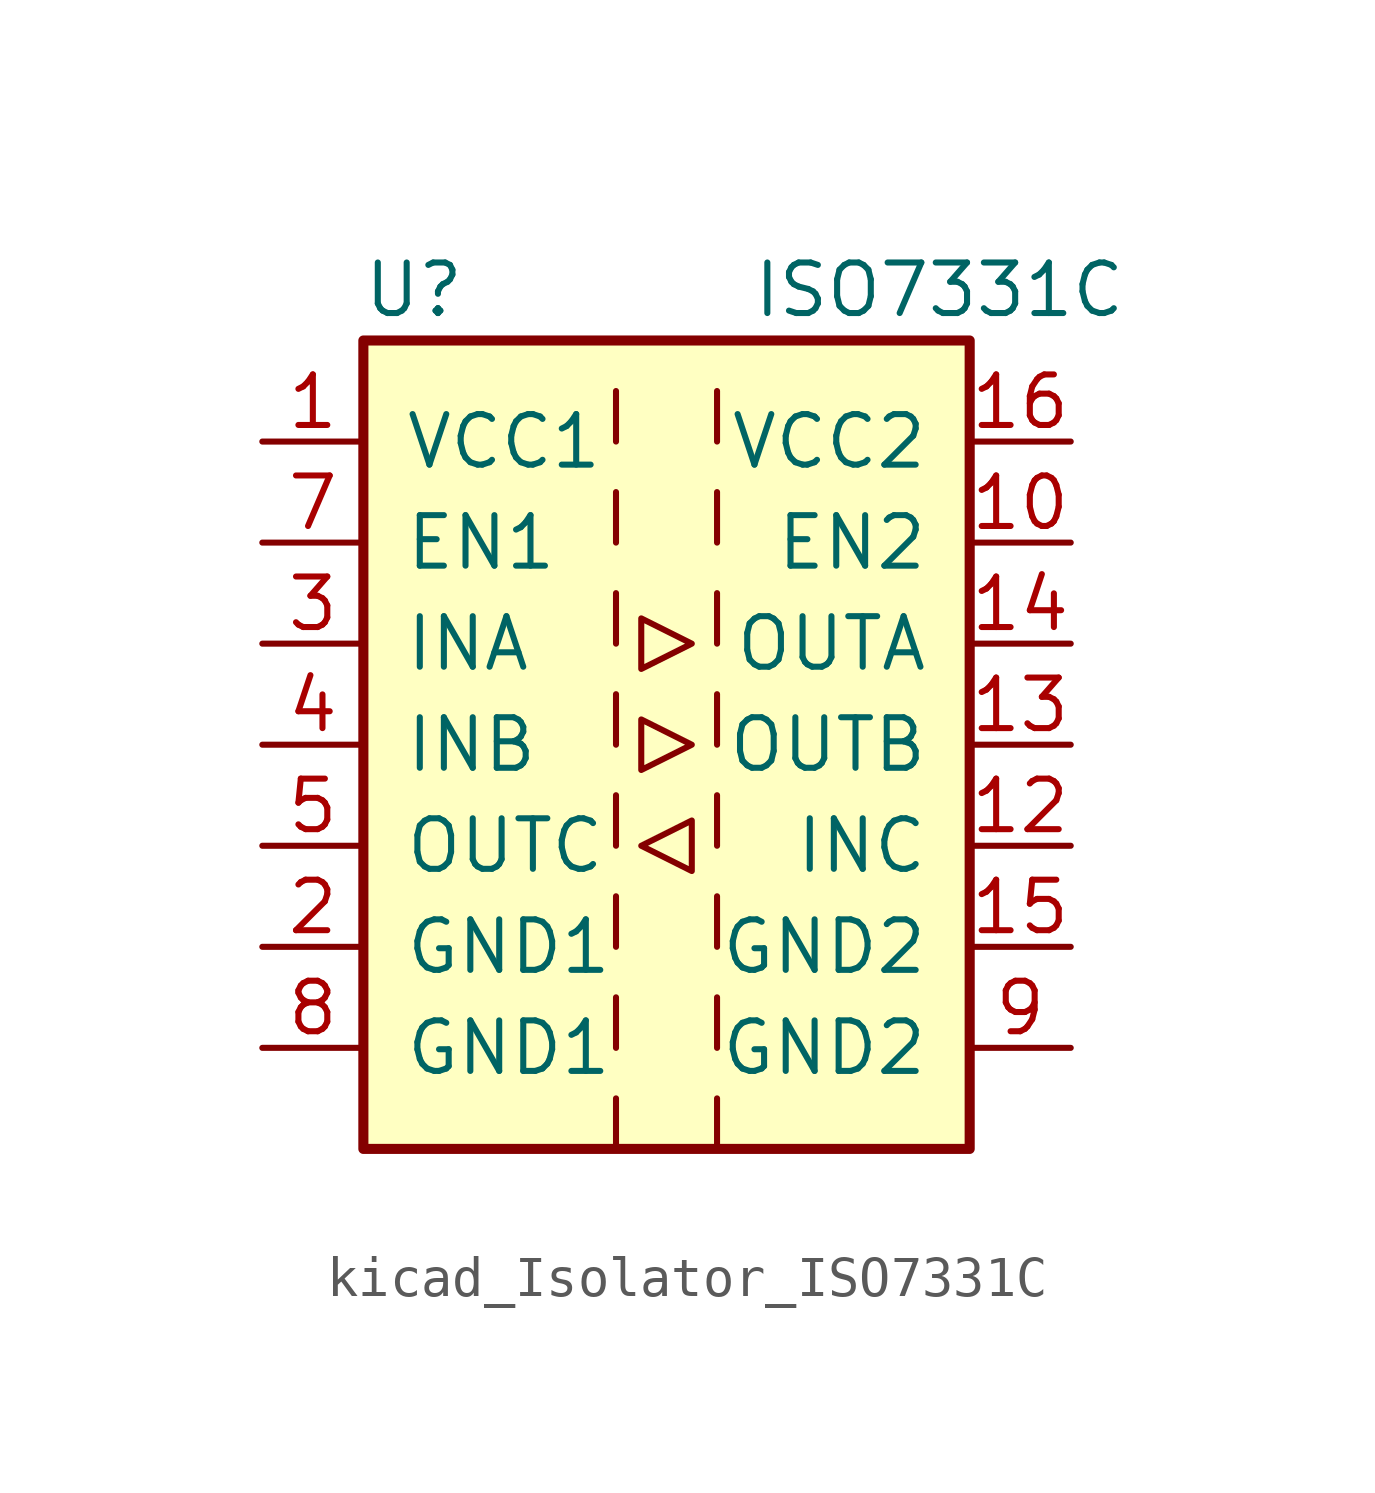
<source format=kicad_sym>
(kicad_symbol_lib
  (version 20220914)
  (generator kicad_symbol_editor)
  (symbol "kicad_Isolator_ISO7331C"
    (pin_names
      (offset 1.016))
    (property "Reference" "U"
      (at -6.35 11.43 0)
      (effects (font (size 1.27 1.27))))
    (property "Value" "ISO7331C"
      (at 6.858 11.43 0)
      (effects (font (size 1.27 1.27))))
    (symbol "kicad_Isolator_ISO7331C_0_1"
      (rectangle (start -7.62 10.16) (end 7.62 -10.16) (stroke (width 0.254) (type default)) (fill (type background)))
      (polyline (pts (xy -1.27 -8.89) (xy -1.27 -10.16)) (stroke (width 0) (type default)) (fill (type none)))
      (polyline (pts (xy -1.27 -6.35) (xy -1.27 -7.62)) (stroke (width 0) (type default)) (fill (type none)))
      (polyline (pts (xy -1.27 -3.81) (xy -1.27 -5.08)) (stroke (width 0) (type default)) (fill (type none)))
      (polyline (pts (xy -1.27 -1.27) (xy -1.27 -2.54)) (stroke (width 0) (type default)) (fill (type none)))
      (polyline (pts (xy -1.27 1.27) (xy -1.27 0)) (stroke (width 0) (type default)) (fill (type none)))
      (polyline (pts (xy -1.27 3.81) (xy -1.27 2.54)) (stroke (width 0) (type default)) (fill (type none)))
      (polyline (pts (xy -1.27 6.35) (xy -1.27 5.08)) (stroke (width 0) (type default)) (fill (type none)))
      (polyline (pts (xy -1.27 8.89) (xy -1.27 7.62)) (stroke (width 0) (type default)) (fill (type none)))
      (polyline (pts (xy 1.27 -8.89) (xy 1.27 -10.16)) (stroke (width 0) (type default)) (fill (type none)))
      (polyline (pts (xy 1.27 -6.35) (xy 1.27 -7.62)) (stroke (width 0) (type default)) (fill (type none)))
      (polyline (pts (xy 1.27 -3.81) (xy 1.27 -5.08)) (stroke (width 0) (type default)) (fill (type none)))
      (polyline (pts (xy 1.27 -1.27) (xy 1.27 -2.54)) (stroke (width 0) (type default)) (fill (type none)))
      (polyline (pts (xy 1.27 1.27) (xy 1.27 0)) (stroke (width 0) (type default)) (fill (type none)))
      (polyline (pts (xy 1.27 3.81) (xy 1.27 2.54)) (stroke (width 0) (type default)) (fill (type none)))
      (polyline (pts (xy 1.27 6.35) (xy 1.27 5.08)) (stroke (width 0) (type default)) (fill (type none)))
      (polyline (pts (xy 1.27 8.89) (xy 1.27 7.62)) (stroke (width 0) (type default)) (fill (type none)))
      (polyline (pts (xy -0.635 -2.54) (xy 0.635 -1.905) (xy 0.635 -3.175) (xy -0.635 -2.54)) (stroke (width 0) (type default)) (fill (type none)))
      (polyline (pts (xy -0.635 0.635) (xy -0.635 -0.635) (xy 0.635 0) (xy -0.635 0.635)) (stroke (width 0) (type default)) (fill (type none)))
      (polyline (pts (xy -0.635 3.175) (xy -0.635 1.905) (xy 0.635 2.54) (xy -0.635 3.175)) (stroke (width 0) (type default)) (fill (type none))))
    (symbol "kicad_Isolator_ISO7331C_1_1"
      (pin power_in line (at -10.16 7.62 0) (length 2.54) (name "VCC1" (effects (font (size 1.27 1.27)))) (number "1" (effects (font (size 1.27 1.27)))))
      (pin input line (at 10.16 5.08 180) (length 2.54) (name "EN2" (effects (font (size 1.27 1.27)))) (number "10" (effects (font (size 1.27 1.27)))))
      (pin no_connect line (at 0 10.16 270) (length 2.54) hide (name "NC" (effects (font (size 1.27 1.27)))) (number "11" (effects (font (size 1.27 1.27)))))
      (pin input line (at 10.16 -2.54 180) (length 2.54) (name "INC" (effects (font (size 1.27 1.27)))) (number "12" (effects (font (size 1.27 1.27)))))
      (pin output line (at 10.16 0 180) (length 2.54) (name "OUTB" (effects (font (size 1.27 1.27)))) (number "13" (effects (font (size 1.27 1.27)))))
      (pin output line (at 10.16 2.54 180) (length 2.54) (name "OUTA" (effects (font (size 1.27 1.27)))) (number "14" (effects (font (size 1.27 1.27)))))
      (pin power_in line (at 10.16 -5.08 180) (length 2.54) (name "GND2" (effects (font (size 1.27 1.27)))) (number "15" (effects (font (size 1.27 1.27)))))
      (pin power_in line (at 10.16 7.62 180) (length 2.54) (name "VCC2" (effects (font (size 1.27 1.27)))) (number "16" (effects (font (size 1.27 1.27)))))
      (pin power_in line (at -10.16 -5.08 0) (length 2.54) (name "GND1" (effects (font (size 1.27 1.27)))) (number "2" (effects (font (size 1.27 1.27)))))
      (pin input line (at -10.16 2.54 0) (length 2.54) (name "INA" (effects (font (size 1.27 1.27)))) (number "3" (effects (font (size 1.27 1.27)))))
      (pin input line (at -10.16 0 0) (length 2.54) (name "INB" (effects (font (size 1.27 1.27)))) (number "4" (effects (font (size 1.27 1.27)))))
      (pin output line (at -10.16 -2.54 0) (length 2.54) (name "OUTC" (effects (font (size 1.27 1.27)))) (number "5" (effects (font (size 1.27 1.27)))))
      (pin no_connect line (at 0 -10.16 90) (length 2.54) hide (name "NC" (effects (font (size 1.27 1.27)))) (number "6" (effects (font (size 1.27 1.27)))))
      (pin input line (at -10.16 5.08 0) (length 2.54) (name "EN1" (effects (font (size 1.27 1.27)))) (number "7" (effects (font (size 1.27 1.27)))))
      (pin power_in line (at -10.16 -7.62 0) (length 2.54) (name "GND1" (effects (font (size 1.27 1.27)))) (number "8" (effects (font (size 1.27 1.27)))))
      (pin power_in line (at 10.16 -7.62 180) (length 2.54) (name "GND2" (effects (font (size 1.27 1.27)))) (number "9" (effects (font (size 1.27 1.27))))))))
</source>
